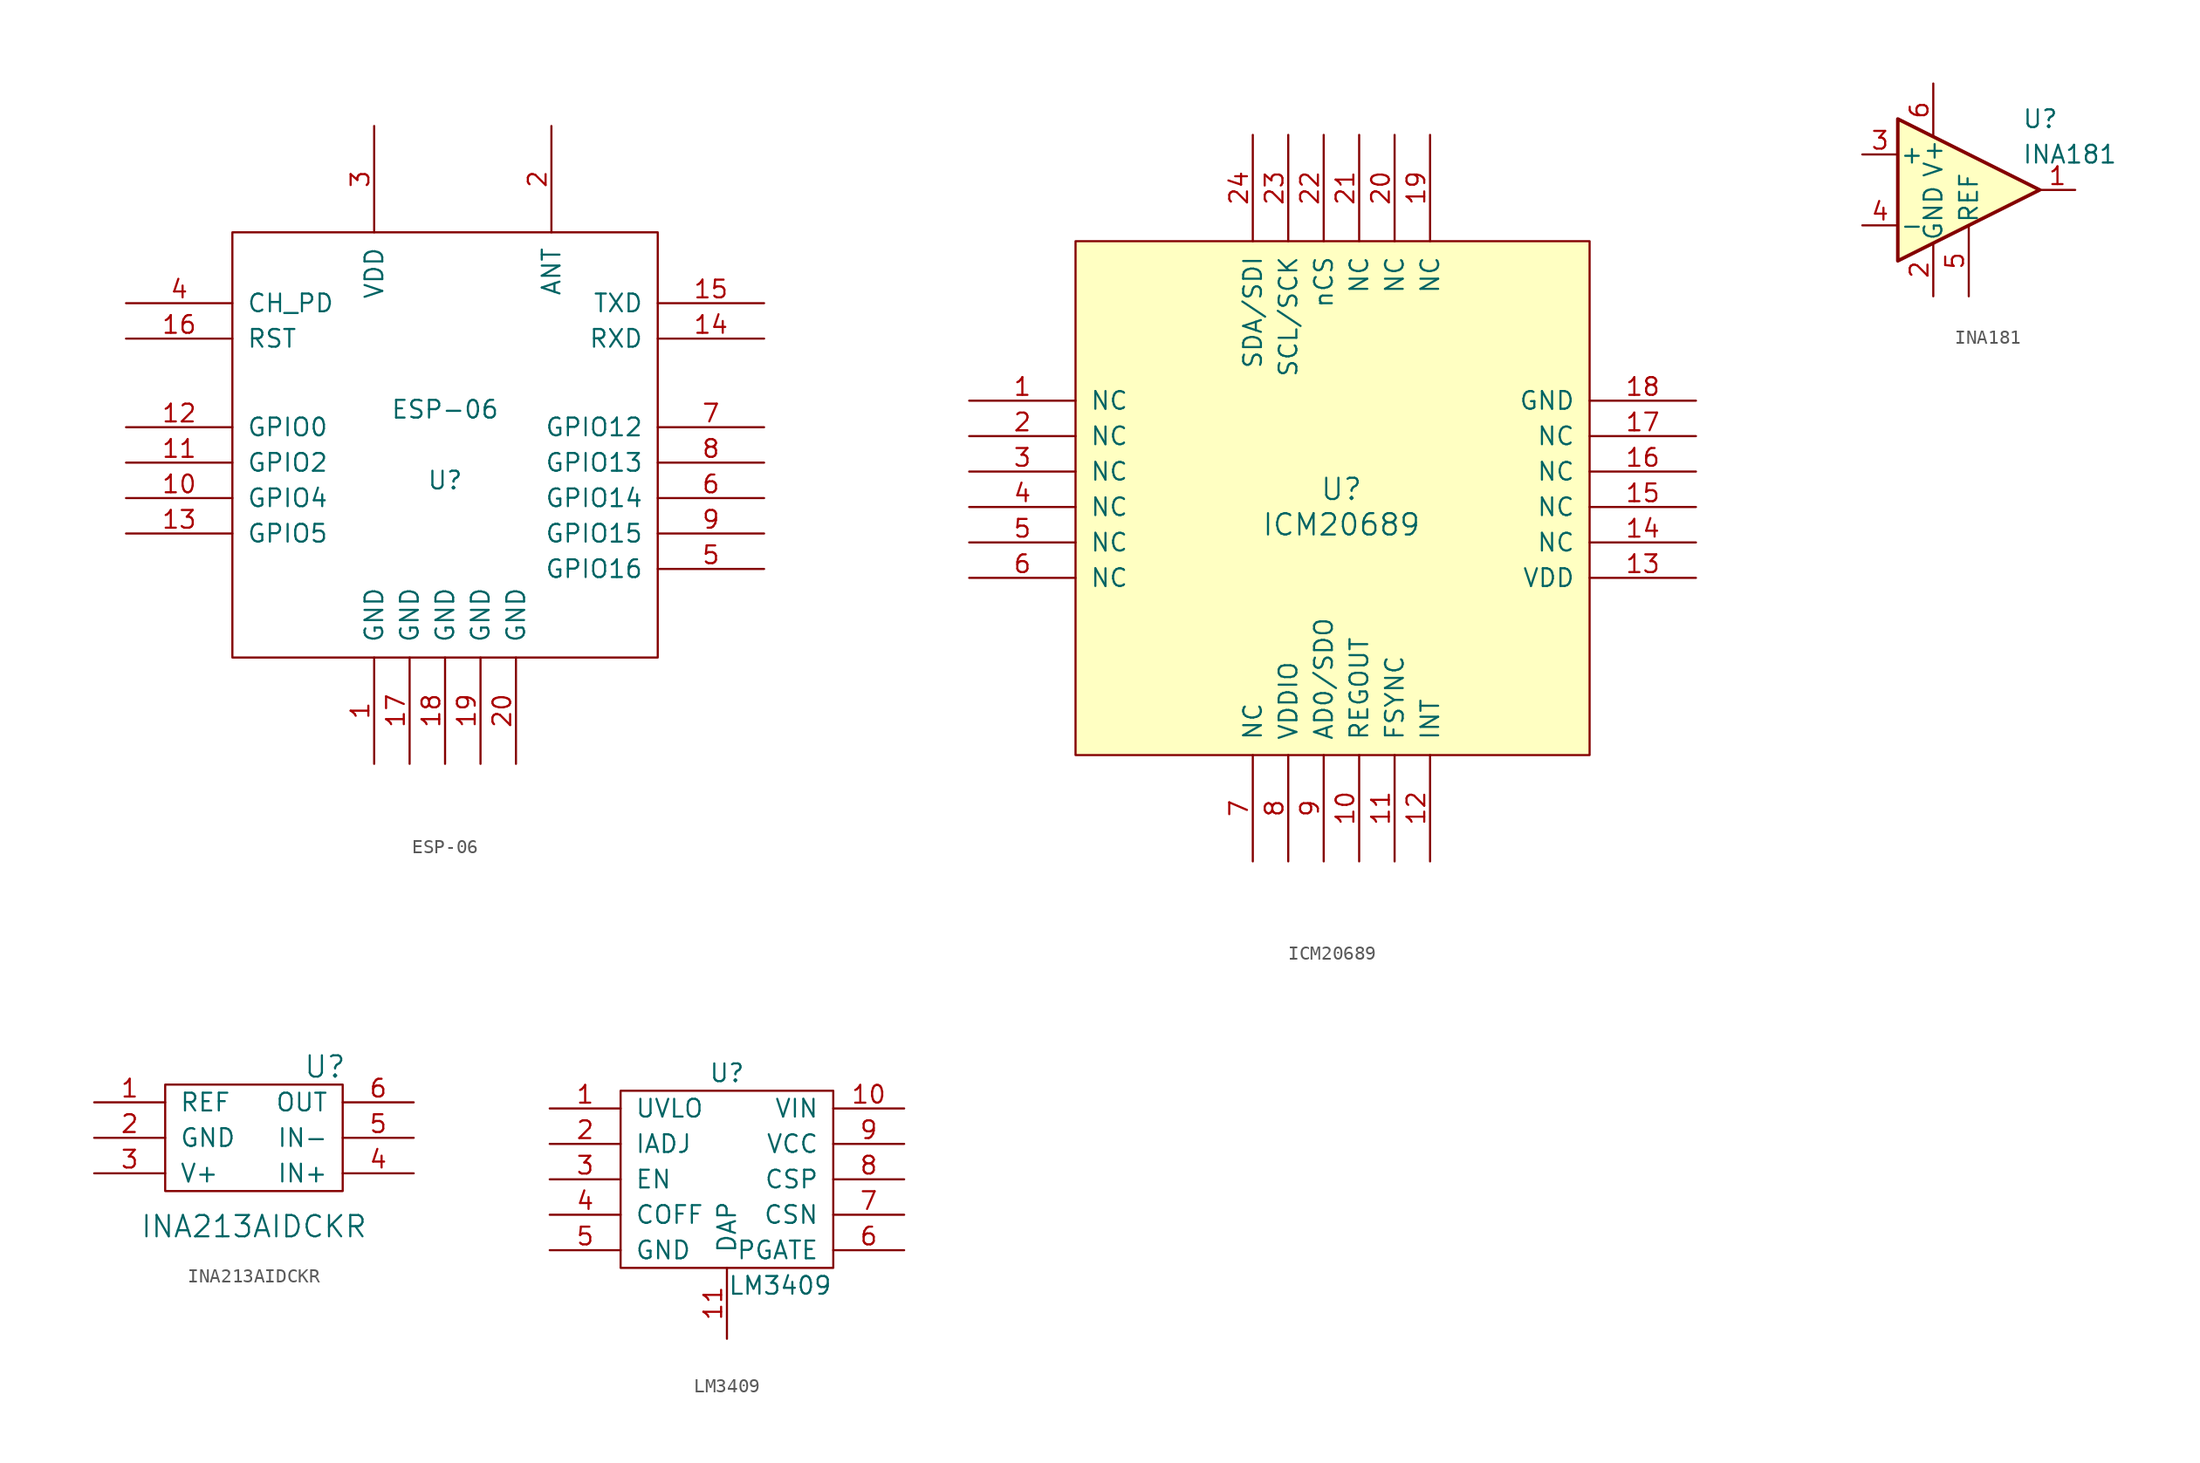
<source format=kicad_sym>
(kicad_symbol_lib
  (version 20211014)
  (generator kicad_symbol_editor)
  (symbol "ESP-06"
    (pin_names
      (offset 1.016))
    (property "Reference" "U"
      (at 0 -2.54 0)
      (effects (font (size 1.27 1.27))))
    (property "Value" "ESP-06"
      (at 0 2.54 0)
      (effects (font (size 1.27 1.27))))
    (symbol "ESP-06_1_0"
      (rectangle (start -15.24 -15.24) (end 15.24 15.24) (stroke (width 0) (type default) (color 0 0 0 0)) (fill (type none))))
    (symbol "ESP-06_1_1"
      (pin power_in line (at -5.08 -22.86 90) (length 7.62) (name "GND" (effects (font (size 1.27 1.27)))) (number "1" (effects (font (size 1.27 1.27)))))
      (pin bidirectional line (at -22.86 -3.81 0) (length 7.62) (name "GPIO4" (effects (font (size 1.27 1.27)))) (number "10" (effects (font (size 1.27 1.27)))))
      (pin bidirectional line (at -22.86 -1.27 0) (length 7.62) (name "GPIO2" (effects (font (size 1.27 1.27)))) (number "11" (effects (font (size 1.27 1.27)))))
      (pin bidirectional line (at -22.86 1.27 0) (length 7.62) (name "GPIO0" (effects (font (size 1.27 1.27)))) (number "12" (effects (font (size 1.27 1.27)))))
      (pin bidirectional line (at -22.86 -6.35 0) (length 7.62) (name "GPIO5" (effects (font (size 1.27 1.27)))) (number "13" (effects (font (size 1.27 1.27)))))
      (pin input line (at 22.86 7.62 180) (length 7.62) (name "RXD" (effects (font (size 1.27 1.27)))) (number "14" (effects (font (size 1.27 1.27)))))
      (pin output line (at 22.86 10.16 180) (length 7.62) (name "TXD" (effects (font (size 1.27 1.27)))) (number "15" (effects (font (size 1.27 1.27)))))
      (pin input line (at -22.86 7.62 0) (length 7.62) (name "RST" (effects (font (size 1.27 1.27)))) (number "16" (effects (font (size 1.27 1.27)))))
      (pin power_in line (at -2.54 -22.86 90) (length 7.62) (name "GND" (effects (font (size 1.27 1.27)))) (number "17" (effects (font (size 1.27 1.27)))))
      (pin power_in line (at 0 -22.86 90) (length 7.62) (name "GND" (effects (font (size 1.27 1.27)))) (number "18" (effects (font (size 1.27 1.27)))))
      (pin power_in line (at 2.54 -22.86 90) (length 7.62) (name "GND" (effects (font (size 1.27 1.27)))) (number "19" (effects (font (size 1.27 1.27)))))
      (pin unspecified line (at 7.62 22.86 270) (length 7.62) (name "ANT" (effects (font (size 1.27 1.27)))) (number "2" (effects (font (size 1.27 1.27)))))
      (pin power_in line (at 5.08 -22.86 90) (length 7.62) (name "GND" (effects (font (size 1.27 1.27)))) (number "20" (effects (font (size 1.27 1.27)))))
      (pin power_in line (at -5.08 22.86 270) (length 7.62) (name "VDD" (effects (font (size 1.27 1.27)))) (number "3" (effects (font (size 1.27 1.27)))))
      (pin input line (at -22.86 10.16 0) (length 7.62) (name "CH_PD" (effects (font (size 1.27 1.27)))) (number "4" (effects (font (size 1.27 1.27)))))
      (pin bidirectional line (at 22.86 -8.89 180) (length 7.62) (name "GPIO16" (effects (font (size 1.27 1.27)))) (number "5" (effects (font (size 1.27 1.27)))))
      (pin bidirectional line (at 22.86 -3.81 180) (length 7.62) (name "GPIO14" (effects (font (size 1.27 1.27)))) (number "6" (effects (font (size 1.27 1.27)))))
      (pin bidirectional line (at 22.86 1.27 180) (length 7.62) (name "GPIO12" (effects (font (size 1.27 1.27)))) (number "7" (effects (font (size 1.27 1.27)))))
      (pin bidirectional line (at 22.86 -1.27 180) (length 7.62) (name "GPIO13" (effects (font (size 1.27 1.27)))) (number "8" (effects (font (size 1.27 1.27)))))
      (pin bidirectional line (at 22.86 -6.35 180) (length 7.62) (name "GPIO15" (effects (font (size 1.27 1.27)))) (number "9" (effects (font (size 1.27 1.27)))))))
  (symbol "ICM20689"
    (pin_names
      (offset 1.016))
    (property "Reference" "U"
      (at 0 0 0)
      (effects (font (size 1.524 1.524))))
    (property "Value" "ICM20689"
      (at 0 -2.54 0)
      (effects (font (size 1.524 1.524))))
    (symbol "ICM20689_0_1"
      (rectangle (start -19.05 17.78) (end 17.78 -19.05) (stroke (width 0) (type default) (color 0 0 0 0)) (fill (type background))))
    (symbol "ICM20689_1_1"
      (pin input line (at -26.67 6.35 0) (length 7.62) (name "NC" (effects (font (size 1.27 1.27)))) (number "1" (effects (font (size 1.27 1.27)))))
      (pin input line (at 1.27 -26.67 90) (length 7.62) (name "REGOUT" (effects (font (size 1.27 1.27)))) (number "10" (effects (font (size 1.27 1.27)))))
      (pin input line (at 3.81 -26.67 90) (length 7.62) (name "FSYNC" (effects (font (size 1.27 1.27)))) (number "11" (effects (font (size 1.27 1.27)))))
      (pin input line (at 6.35 -26.67 90) (length 7.62) (name "INT" (effects (font (size 1.27 1.27)))) (number "12" (effects (font (size 1.27 1.27)))))
      (pin input line (at 25.4 -6.35 180) (length 7.62) (name "VDD" (effects (font (size 1.27 1.27)))) (number "13" (effects (font (size 1.27 1.27)))))
      (pin input line (at 25.4 -3.81 180) (length 7.62) (name "NC" (effects (font (size 1.27 1.27)))) (number "14" (effects (font (size 1.27 1.27)))))
      (pin input line (at 25.4 -1.27 180) (length 7.62) (name "NC" (effects (font (size 1.27 1.27)))) (number "15" (effects (font (size 1.27 1.27)))))
      (pin input line (at 25.4 1.27 180) (length 7.62) (name "NC" (effects (font (size 1.27 1.27)))) (number "16" (effects (font (size 1.27 1.27)))))
      (pin input line (at 25.4 3.81 180) (length 7.62) (name "NC" (effects (font (size 1.27 1.27)))) (number "17" (effects (font (size 1.27 1.27)))))
      (pin input line (at 25.4 6.35 180) (length 7.62) (name "GND" (effects (font (size 1.27 1.27)))) (number "18" (effects (font (size 1.27 1.27)))))
      (pin input line (at 6.35 25.4 270) (length 7.62) (name "NC" (effects (font (size 1.27 1.27)))) (number "19" (effects (font (size 1.27 1.27)))))
      (pin input line (at -26.67 3.81 0) (length 7.62) (name "NC" (effects (font (size 1.27 1.27)))) (number "2" (effects (font (size 1.27 1.27)))))
      (pin input line (at 3.81 25.4 270) (length 7.62) (name "NC" (effects (font (size 1.27 1.27)))) (number "20" (effects (font (size 1.27 1.27)))))
      (pin input line (at 1.27 25.4 270) (length 7.62) (name "NC" (effects (font (size 1.27 1.27)))) (number "21" (effects (font (size 1.27 1.27)))))
      (pin input line (at -1.27 25.4 270) (length 7.62) (name "nCS" (effects (font (size 1.27 1.27)))) (number "22" (effects (font (size 1.27 1.27)))))
      (pin input line (at -3.81 25.4 270) (length 7.62) (name "SCL/SCK" (effects (font (size 1.27 1.27)))) (number "23" (effects (font (size 1.27 1.27)))))
      (pin input line (at -6.35 25.4 270) (length 7.62) (name "SDA/SDI" (effects (font (size 1.27 1.27)))) (number "24" (effects (font (size 1.27 1.27)))))
      (pin input line (at -26.67 1.27 0) (length 7.62) (name "NC" (effects (font (size 1.27 1.27)))) (number "3" (effects (font (size 1.27 1.27)))))
      (pin input line (at -26.67 -1.27 0) (length 7.62) (name "NC" (effects (font (size 1.27 1.27)))) (number "4" (effects (font (size 1.27 1.27)))))
      (pin input line (at -26.67 -3.81 0) (length 7.62) (name "NC" (effects (font (size 1.27 1.27)))) (number "5" (effects (font (size 1.27 1.27)))))
      (pin input line (at -26.67 -6.35 0) (length 7.62) (name "NC" (effects (font (size 1.27 1.27)))) (number "6" (effects (font (size 1.27 1.27)))))
      (pin input line (at -6.35 -26.67 90) (length 7.62) (name "NC" (effects (font (size 1.27 1.27)))) (number "7" (effects (font (size 1.27 1.27)))))
      (pin power_in line (at -3.81 -26.67 90) (length 7.62) (name "VDDIO" (effects (font (size 1.27 1.27)))) (number "8" (effects (font (size 1.27 1.27)))))
      (pin input line (at -1.27 -26.67 90) (length 7.62) (name "AD0/SDO" (effects (font (size 1.27 1.27)))) (number "9" (effects (font (size 1.27 1.27)))))))
  (symbol "INA181"
    (pin_names
      (offset 0.127))
    (property "Reference" "U"
      (at 3.81 5.08 0)
      (effects (font (size 1.27 1.27)) (justify left)))
    (property "Value" "INA181"
      (at 3.81 2.54 0)
      (effects (font (size 1.27 1.27)) (justify left)))
    (symbol "INA181_0_1"
      (polyline (pts (xy -5.08 5.08) (xy 5.08 0) (xy -5.08 -5.08) (xy -5.08 5.08)) (stroke (width 0.254) (type default) (color 0 0 0 0)) (fill (type background))))
    (symbol "INA181_1_1"
      (pin output line (at 7.62 0 180) (length 2.54) (name "~" (effects (font (size 1.27 1.27)))) (number "1" (effects (font (size 1.27 1.27)))))
      (pin power_in line (at -2.54 -7.62 90) (length 3.81) (name "GND" (effects (font (size 1.27 1.27)))) (number "2" (effects (font (size 1.27 1.27)))))
      (pin input line (at -7.62 2.54 0) (length 2.54) (name "+" (effects (font (size 1.27 1.27)))) (number "3" (effects (font (size 1.27 1.27)))))
      (pin input line (at -7.62 -2.54 0) (length 2.54) (name "-" (effects (font (size 1.27 1.27)))) (number "4" (effects (font (size 1.27 1.27)))))
      (pin input line (at 0 -7.62 90) (length 5.08) (name "REF" (effects (font (size 1.27 1.27)))) (number "5" (effects (font (size 1.27 1.27)))))
      (pin power_in line (at -2.54 7.62 270) (length 3.81) (name "V+" (effects (font (size 1.27 1.27)))) (number "6" (effects (font (size 1.27 1.27)))))))
  (symbol "INA213AIDCKR"
    (pin_names
      (offset 1.016))
    (property "Reference" "U"
      (at 5.08 5.08 0)
      (effects (font (size 1.524 1.524))))
    (property "Value" "INA213AIDCKR"
      (at 0 -6.35 0)
      (effects (font (size 1.524 1.524))))
    (symbol "INA213AIDCKR_0_1"
      (rectangle (start -6.35 3.81) (end 6.35 -3.81) (stroke (width 0) (type default) (color 0 0 0 0)) (fill (type none))))
    (symbol "INA213AIDCKR_1_1"
      (pin input line (at -11.43 2.54 0) (length 5.08) (name "REF" (effects (font (size 1.27 1.27)))) (number "1" (effects (font (size 1.27 1.27)))))
      (pin input line (at -11.43 0 0) (length 5.08) (name "GND" (effects (font (size 1.27 1.27)))) (number "2" (effects (font (size 1.27 1.27)))))
      (pin input line (at -11.43 -2.54 0) (length 5.08) (name "V+" (effects (font (size 1.27 1.27)))) (number "3" (effects (font (size 1.27 1.27)))))
      (pin input line (at 11.43 -2.54 180) (length 5.08) (name "IN+" (effects (font (size 1.27 1.27)))) (number "4" (effects (font (size 1.27 1.27)))))
      (pin input line (at 11.43 0 180) (length 5.08) (name "IN-" (effects (font (size 1.27 1.27)))) (number "5" (effects (font (size 1.27 1.27)))))
      (pin input line (at 11.43 2.54 180) (length 5.08) (name "OUT" (effects (font (size 1.27 1.27)))) (number "6" (effects (font (size 1.27 1.27)))))))
  (symbol "LM3409"
    (pin_names
      (offset 1.016))
    (property "Reference" "U"
      (at 0 7.62 0)
      (effects (font (size 1.27 1.27))))
    (property "Value" "LM3409"
      (at 3.81 -7.62 0)
      (effects (font (size 1.27 1.27))))
    (symbol "LM3409_0_1"
      (rectangle (start -7.62 6.35) (end 7.62 -6.35) (stroke (width 0) (type default) (color 0 0 0 0)) (fill (type none))))
    (symbol "LM3409_1_1"
      (pin input line (at -12.7 5.08 0) (length 5.08) (name "UVLO" (effects (font (size 1.27 1.27)))) (number "1" (effects (font (size 1.27 1.27)))))
      (pin power_in line (at 12.7 5.08 180) (length 5.08) (name "VIN" (effects (font (size 1.27 1.27)))) (number "10" (effects (font (size 1.27 1.27)))))
      (pin passive line (at 0 -11.43 90) (length 5.08) (name "DAP" (effects (font (size 1.27 1.27)))) (number "11" (effects (font (size 1.27 1.27)))))
      (pin input line (at -12.7 2.54 0) (length 5.08) (name "IADJ" (effects (font (size 1.27 1.27)))) (number "2" (effects (font (size 1.27 1.27)))))
      (pin input line (at -12.7 0 0) (length 5.08) (name "EN" (effects (font (size 1.27 1.27)))) (number "3" (effects (font (size 1.27 1.27)))))
      (pin input line (at -12.7 -2.54 0) (length 5.08) (name "COFF" (effects (font (size 1.27 1.27)))) (number "4" (effects (font (size 1.27 1.27)))))
      (pin power_out line (at -12.7 -5.08 0) (length 5.08) (name "GND" (effects (font (size 1.27 1.27)))) (number "5" (effects (font (size 1.27 1.27)))))
      (pin output line (at 12.7 -5.08 180) (length 5.08) (name "PGATE" (effects (font (size 1.27 1.27)))) (number "6" (effects (font (size 1.27 1.27)))))
      (pin input line (at 12.7 -2.54 180) (length 5.08) (name "CSN" (effects (font (size 1.27 1.27)))) (number "7" (effects (font (size 1.27 1.27)))))
      (pin input line (at 12.7 0 180) (length 5.08) (name "CSP" (effects (font (size 1.27 1.27)))) (number "8" (effects (font (size 1.27 1.27)))))
      (pin output line (at 12.7 2.54 180) (length 5.08) (name "VCC" (effects (font (size 1.27 1.27)))) (number "9" (effects (font (size 1.27 1.27))))))))
</source>
